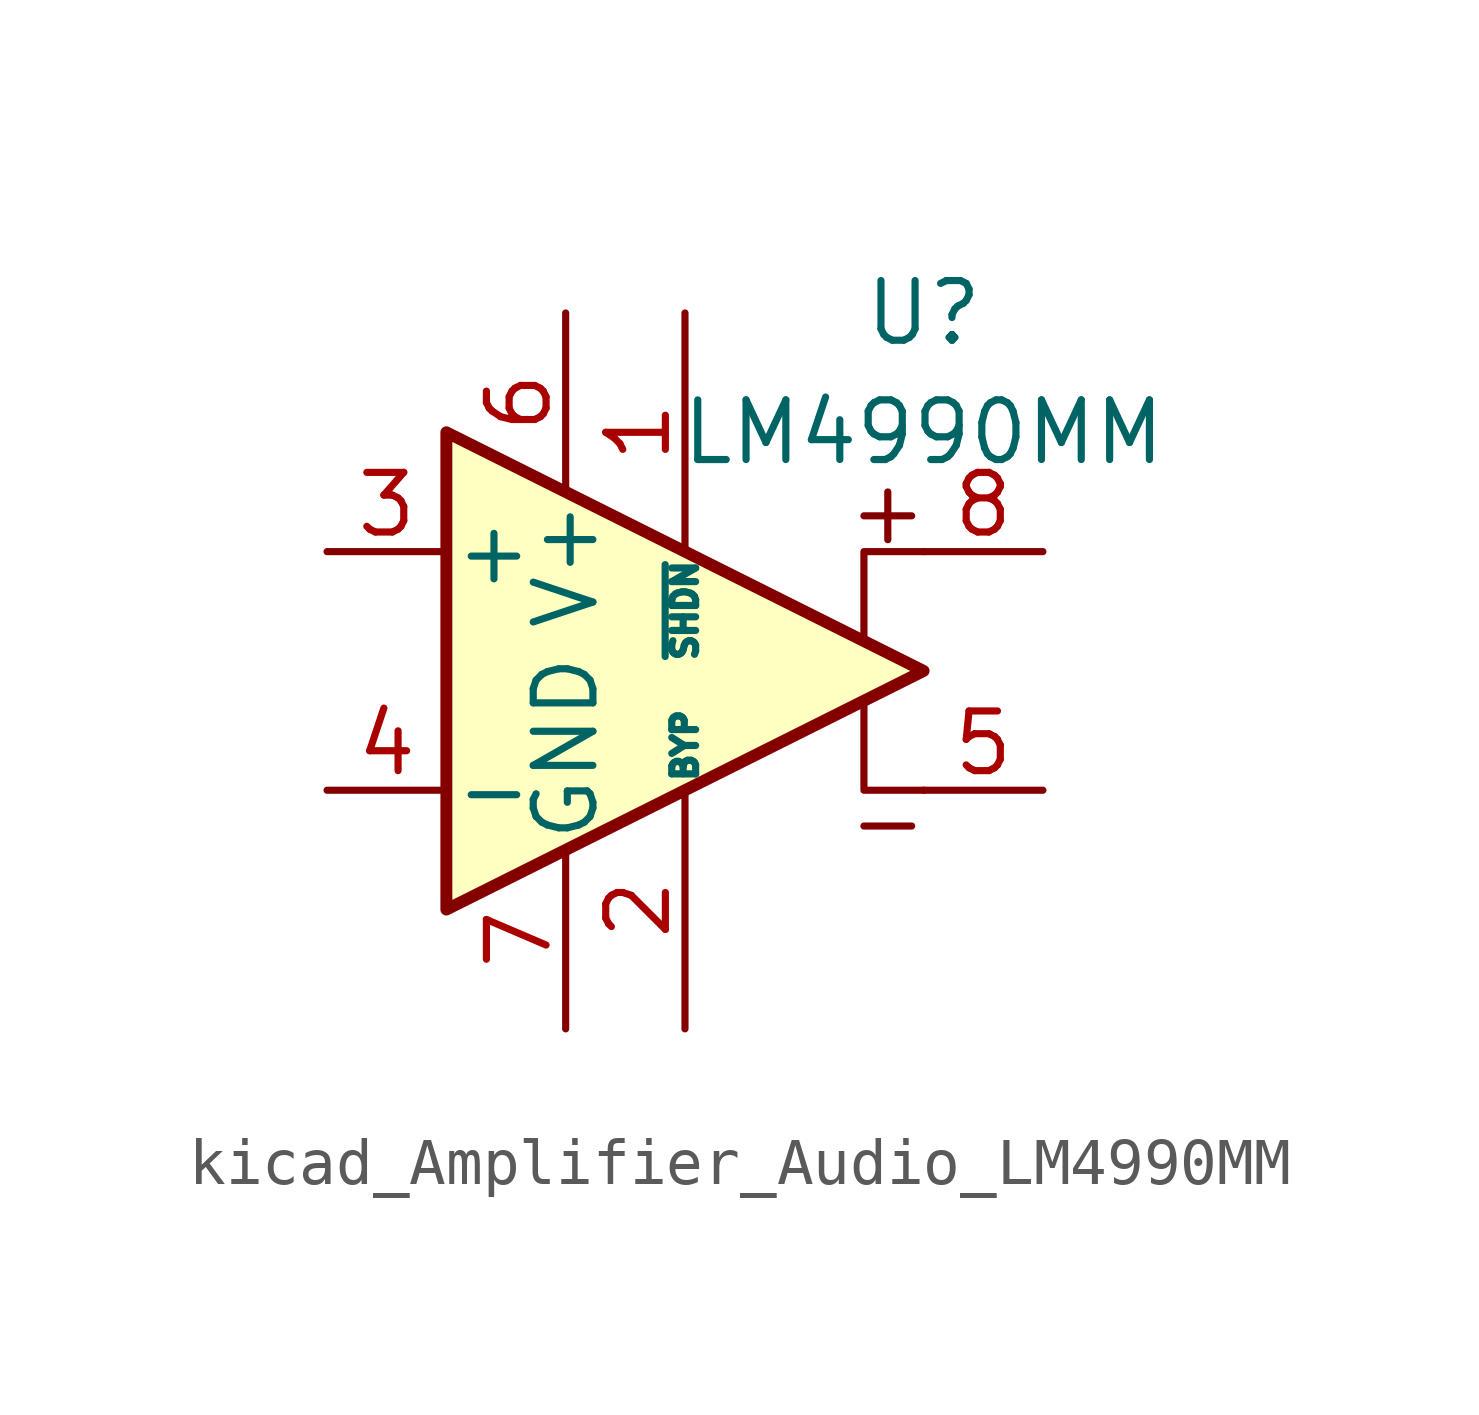
<source format=kicad_sym>
(kicad_symbol_lib
  (version 20220914)
  (generator kicad_symbol_editor)
  (symbol "kicad_Amplifier_Audio_LM4990MM"
    (pin_names
      (offset 0.127))
    (property "Reference" "U"
      (at 5.08 7.62 0)
      (effects (font (size 1.27 1.27))))
    (property "Value" "LM4990MM"
      (at 5.08 5.08 0)
      (effects (font (size 1.27 1.27))))
    (symbol "kicad_Amplifier_Audio_LM4990MM_0_1"
      (polyline (pts (xy 3.81 -0.635) (xy 3.81 -2.54) (xy 5.08 -2.54)) (stroke (width 0) (type default)) (fill (type none)))
      (polyline (pts (xy 5.08 2.54) (xy 3.81 2.54) (xy 3.81 0.635)) (stroke (width 0) (type default)) (fill (type none)))
      (polyline (pts (xy -5.08 5.08) (xy 5.08 0) (xy -5.08 -5.08) (xy -5.08 5.08)) (stroke (width 0.254) (type default)) (fill (type background))))
    (symbol "kicad_Amplifier_Audio_LM4990MM_1_1"
      (polyline (pts (xy 3.81 -3.302) (xy 4.826 -3.302)) (stroke (width 0) (type default)) (fill (type none)))
      (polyline (pts (xy 4.318 3.81) (xy 4.318 2.794)) (stroke (width 0) (type default)) (fill (type none)))
      (polyline (pts (xy 4.826 3.302) (xy 3.81 3.302)) (stroke (width 0) (type default)) (fill (type none)))
      (pin output line (at 0 7.62 270) (length 5.08) (name "~{SHDN}" (effects (font (size 0.508 0.508)))) (number "1" (effects (font (size 1.27 1.27)))))
      (pin input line (at 0 -7.62 90) (length 5.08) (name "BYP" (effects (font (size 0.508 0.508)))) (number "2" (effects (font (size 1.27 1.27)))))
      (pin input line (at -7.62 2.54 0) (length 2.54) (name "+" (effects (font (size 1.27 1.27)))) (number "3" (effects (font (size 1.27 1.27)))))
      (pin input line (at -7.62 -2.54 0) (length 2.54) (name "-" (effects (font (size 1.27 1.27)))) (number "4" (effects (font (size 1.27 1.27)))))
      (pin output line (at 7.62 -2.54 180) (length 2.54) (name "~" (effects (font (size 1.27 1.27)))) (number "5" (effects (font (size 1.27 1.27)))))
      (pin power_in line (at -2.54 7.62 270) (length 3.81) (name "V+" (effects (font (size 1.27 1.27)))) (number "6" (effects (font (size 1.27 1.27)))))
      (pin power_in line (at -2.54 -7.62 90) (length 3.81) (name "GND" (effects (font (size 1.27 1.27)))) (number "7" (effects (font (size 1.27 1.27)))))
      (pin output line (at 7.62 2.54 180) (length 2.54) (name "~" (effects (font (size 1.27 1.27)))) (number "8" (effects (font (size 1.27 1.27))))))))
</source>
